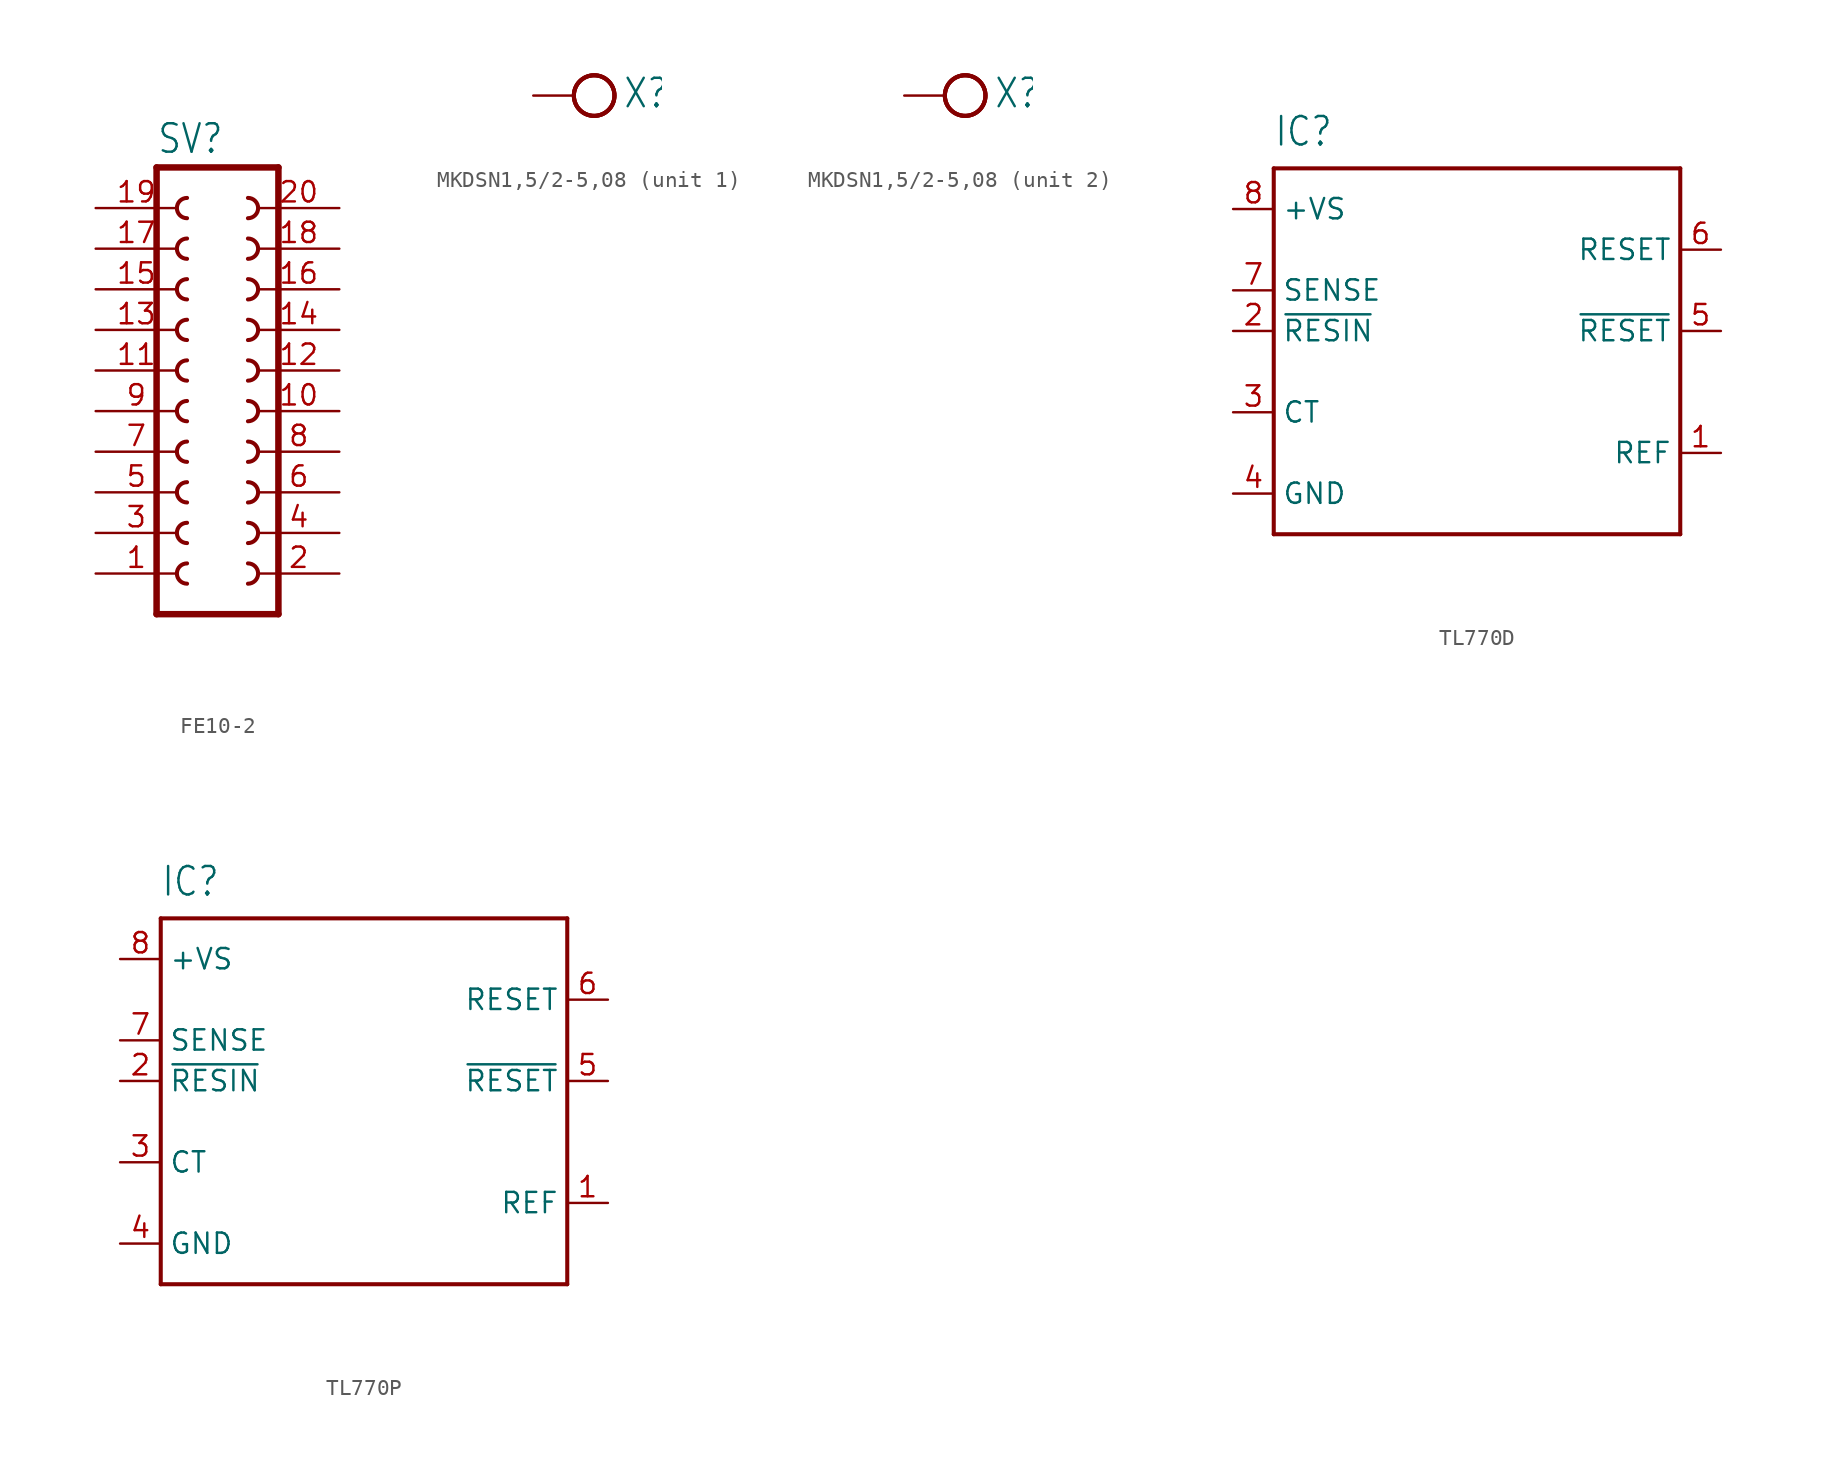
<source format=kicad_sym>
(kicad_symbol_lib
  (version 20231120)
  (generator "kicad_symbol_editor")
  (generator_version "8.0")
  (symbol "FE10-2"
    (property "Reference" "SV"
      (at -3.81 16.002 0)
      (effects (font (size 1.778 1.511)) (justify left bottom)))
    (property "Value" ""
      (at -3.81 -15.24 0)
      (effects (font (size 1.778 1.511)) (justify left bottom)))
    (property "ki_locked" ""
      (at 0 0 0)
      (effects (font (size 1.27 1.27))))
    (symbol "FE10-2_1_0"
      (arc (start -1.905 -9.525) (mid -2.54 -10.16) (end -1.905 -10.795) (stroke (width 0.254) (type solid)) (fill (type none)))
      (arc (start -1.905 -6.985) (mid -2.54 -7.62) (end -1.905 -8.255) (stroke (width 0.254) (type solid)) (fill (type none)))
      (arc (start -1.905 -4.445) (mid -2.54 -5.08) (end -1.905 -5.715) (stroke (width 0.254) (type solid)) (fill (type none)))
      (arc (start -1.905 -1.905) (mid -2.54 -2.54) (end -1.905 -3.175) (stroke (width 0.254) (type solid)) (fill (type none)))
      (arc (start -1.905 0.635) (mid -2.54 0) (end -1.905 -0.635) (stroke (width 0.254) (type solid)) (fill (type none)))
      (arc (start -1.905 3.175) (mid -2.54 2.54) (end -1.905 1.905) (stroke (width 0.254) (type solid)) (fill (type none)))
      (arc (start -1.905 5.715) (mid -2.54 5.08) (end -1.905 4.445) (stroke (width 0.254) (type solid)) (fill (type none)))
      (arc (start -1.905 8.255) (mid -2.54 7.62) (end -1.905 6.985) (stroke (width 0.254) (type solid)) (fill (type none)))
      (arc (start -1.905 10.795) (mid -2.54 10.16) (end -1.905 9.525) (stroke (width 0.254) (type solid)) (fill (type none)))
      (arc (start -1.905 13.335) (mid -2.54 12.7) (end -1.905 12.065) (stroke (width 0.254) (type solid)) (fill (type none)))
      (polyline (pts (xy -3.81 15.24) (xy -3.81 -12.7)) (stroke (width 0.406) (type solid)) (fill (type none)))
      (polyline (pts (xy -3.81 15.24) (xy 3.81 15.24)) (stroke (width 0.406) (type solid)) (fill (type none)))
      (polyline (pts (xy 3.81 -12.7) (xy -3.81 -12.7)) (stroke (width 0.406) (type solid)) (fill (type none)))
      (polyline (pts (xy 3.81 -12.7) (xy 3.81 15.24)) (stroke (width 0.406) (type solid)) (fill (type none)))
      (arc (start 1.905 -10.795) (mid 2.54 -10.16) (end 1.905 -9.525) (stroke (width 0.254) (type solid)) (fill (type none)))
      (arc (start 1.905 -8.255) (mid 2.54 -7.62) (end 1.905 -6.985) (stroke (width 0.254) (type solid)) (fill (type none)))
      (arc (start 1.905 -5.715) (mid 2.54 -5.08) (end 1.905 -4.445) (stroke (width 0.254) (type solid)) (fill (type none)))
      (arc (start 1.905 -3.175) (mid 2.54 -2.54) (end 1.905 -1.905) (stroke (width 0.254) (type solid)) (fill (type none)))
      (arc (start 1.905 -0.635) (mid 2.54 0) (end 1.905 0.635) (stroke (width 0.254) (type solid)) (fill (type none)))
      (arc (start 1.905 1.905) (mid 2.54 2.54) (end 1.905 3.175) (stroke (width 0.254) (type solid)) (fill (type none)))
      (arc (start 1.905 4.445) (mid 2.54 5.08) (end 1.905 5.715) (stroke (width 0.254) (type solid)) (fill (type none)))
      (arc (start 1.905 6.985) (mid 2.54 7.62) (end 1.905 8.255) (stroke (width 0.254) (type solid)) (fill (type none)))
      (arc (start 1.905 9.525) (mid 2.54 10.16) (end 1.905 10.795) (stroke (width 0.254) (type solid)) (fill (type none)))
      (arc (start 1.905 12.065) (mid 2.54 12.7) (end 1.905 13.335) (stroke (width 0.254) (type solid)) (fill (type none)))
      (pin passive line (at -7.62 -10.16 0) (length 5.08) (name "1" (effects (font (size 0 0)))) (number "1" (effects (font (size 1.27 1.27)))))
      (pin passive line (at 7.62 0 180) (length 5.08) (name "10" (effects (font (size 0 0)))) (number "10" (effects (font (size 1.27 1.27)))))
      (pin passive line (at -7.62 2.54 0) (length 5.08) (name "11" (effects (font (size 0 0)))) (number "11" (effects (font (size 1.27 1.27)))))
      (pin passive line (at 7.62 2.54 180) (length 5.08) (name "12" (effects (font (size 0 0)))) (number "12" (effects (font (size 1.27 1.27)))))
      (pin passive line (at -7.62 5.08 0) (length 5.08) (name "13" (effects (font (size 0 0)))) (number "13" (effects (font (size 1.27 1.27)))))
      (pin passive line (at 7.62 5.08 180) (length 5.08) (name "14" (effects (font (size 0 0)))) (number "14" (effects (font (size 1.27 1.27)))))
      (pin passive line (at -7.62 7.62 0) (length 5.08) (name "15" (effects (font (size 0 0)))) (number "15" (effects (font (size 1.27 1.27)))))
      (pin passive line (at 7.62 7.62 180) (length 5.08) (name "16" (effects (font (size 0 0)))) (number "16" (effects (font (size 1.27 1.27)))))
      (pin passive line (at -7.62 10.16 0) (length 5.08) (name "17" (effects (font (size 0 0)))) (number "17" (effects (font (size 1.27 1.27)))))
      (pin passive line (at 7.62 10.16 180) (length 5.08) (name "18" (effects (font (size 0 0)))) (number "18" (effects (font (size 1.27 1.27)))))
      (pin passive line (at -7.62 12.7 0) (length 5.08) (name "19" (effects (font (size 0 0)))) (number "19" (effects (font (size 1.27 1.27)))))
      (pin passive line (at 7.62 -10.16 180) (length 5.08) (name "2" (effects (font (size 0 0)))) (number "2" (effects (font (size 1.27 1.27)))))
      (pin passive line (at 7.62 12.7 180) (length 5.08) (name "20" (effects (font (size 0 0)))) (number "20" (effects (font (size 1.27 1.27)))))
      (pin passive line (at -7.62 -7.62 0) (length 5.08) (name "3" (effects (font (size 0 0)))) (number "3" (effects (font (size 1.27 1.27)))))
      (pin passive line (at 7.62 -7.62 180) (length 5.08) (name "4" (effects (font (size 0 0)))) (number "4" (effects (font (size 1.27 1.27)))))
      (pin passive line (at -7.62 -5.08 0) (length 5.08) (name "5" (effects (font (size 0 0)))) (number "5" (effects (font (size 1.27 1.27)))))
      (pin passive line (at 7.62 -5.08 180) (length 5.08) (name "6" (effects (font (size 0 0)))) (number "6" (effects (font (size 1.27 1.27)))))
      (pin passive line (at -7.62 -2.54 0) (length 5.08) (name "7" (effects (font (size 0 0)))) (number "7" (effects (font (size 1.27 1.27)))))
      (pin passive line (at 7.62 -2.54 180) (length 5.08) (name "8" (effects (font (size 0 0)))) (number "8" (effects (font (size 1.27 1.27)))))
      (pin passive line (at -7.62 0 0) (length 5.08) (name "9" (effects (font (size 0 0)))) (number "9" (effects (font (size 1.27 1.27)))))))
  (symbol "MKDSN1,5/2-5,08"
    (property "Reference" "X"
      (at 3.048 -0.889 0)
      (effects (font (size 1.778 1.511)) (justify left bottom)))
    (property "Value" ""
      (at -2.54 -3.683 0)
      (effects (font (size 1.778 1.511)) (justify left bottom)))
    (property "ki_locked" ""
      (at 0 0 0)
      (effects (font (size 1.27 1.27))))
    (symbol "MKDSN1,5/2-5,08_1_0"
      (circle (center 1.27 0) (radius 1.27) (stroke (width 0.254) (type solid)) (fill (type none)))
      (circle (center 1.27 0) (radius 1.27) (stroke (width 0.254) (type solid)) (fill (type none)))
      (circle (center 1.27 0) (radius 1.27) (stroke (width 0.254) (type solid)) (fill (type none)))
      (pin passive line (at -2.54 0 0) (length 2.54) (name "KL" (effects (font (size 0 0)))) (number "1" (effects (font (size 0 0))))))
    (symbol "MKDSN1,5/2-5,08_2_0"
      (circle (center 1.27 0) (radius 1.27) (stroke (width 0.254) (type solid)) (fill (type none)))
      (circle (center 1.27 0) (radius 1.27) (stroke (width 0.254) (type solid)) (fill (type none)))
      (circle (center 1.27 0) (radius 1.27) (stroke (width 0.254) (type solid)) (fill (type none)))
      (pin passive line (at -2.54 0 0) (length 2.54) (name "KL" (effects (font (size 0 0)))) (number "2" (effects (font (size 0 0)))))))
  (symbol "TL770D"
    (property "Reference" "IC"
      (at -12.7 11.43 0)
      (effects (font (size 1.778 1.511)) (justify left bottom)))
    (property "Value" ""
      (at -12.7 -15.24 0)
      (effects (font (size 1.778 1.511)) (justify left bottom)))
    (property "ki_locked" ""
      (at 0 0 0)
      (effects (font (size 1.27 1.27))))
    (symbol "TL770D_1_0"
      (polyline (pts (xy -12.7 -12.7) (xy -12.7 10.16)) (stroke (width 0.254) (type solid)) (fill (type none)))
      (polyline (pts (xy -12.7 10.16) (xy 12.7 10.16)) (stroke (width 0.254) (type solid)) (fill (type none)))
      (polyline (pts (xy 12.7 -12.7) (xy -12.7 -12.7)) (stroke (width 0.254) (type solid)) (fill (type none)))
      (polyline (pts (xy 12.7 10.16) (xy 12.7 -12.7)) (stroke (width 0.254) (type solid)) (fill (type none)))
      (pin input line (at 15.24 -7.62 180) (length 2.54) (name "REF" (effects (font (size 1.27 1.27)))) (number "1" (effects (font (size 1.27 1.27)))))
      (pin input line (at -15.24 0 0) (length 2.54) (name "~{RESIN}" (effects (font (size 1.27 1.27)))) (number "2" (effects (font (size 1.27 1.27)))))
      (pin input line (at -15.24 -5.08 0) (length 2.54) (name "CT" (effects (font (size 1.27 1.27)))) (number "3" (effects (font (size 1.27 1.27)))))
      (pin power_in line (at -15.24 -10.16 0) (length 2.54) (name "GND" (effects (font (size 1.27 1.27)))) (number "4" (effects (font (size 1.27 1.27)))))
      (pin open_collector line (at 15.24 0 180) (length 2.54) (name "~{RESET}" (effects (font (size 1.27 1.27)))) (number "5" (effects (font (size 1.27 1.27)))))
      (pin open_collector line (at 15.24 5.08 180) (length 2.54) (name "RESET" (effects (font (size 1.27 1.27)))) (number "6" (effects (font (size 1.27 1.27)))))
      (pin input line (at -15.24 2.54 0) (length 2.54) (name "SENSE" (effects (font (size 1.27 1.27)))) (number "7" (effects (font (size 1.27 1.27)))))
      (pin input line (at -15.24 7.62 0) (length 2.54) (name "+VS" (effects (font (size 1.27 1.27)))) (number "8" (effects (font (size 1.27 1.27)))))))
  (symbol "TL770P"
    (property "Reference" "IC"
      (at -12.7 11.43 0)
      (effects (font (size 1.778 1.511)) (justify left bottom)))
    (property "Value" ""
      (at -12.7 -15.24 0)
      (effects (font (size 1.778 1.511)) (justify left bottom)))
    (property "ki_locked" ""
      (at 0 0 0)
      (effects (font (size 1.27 1.27))))
    (symbol "TL770P_1_0"
      (polyline (pts (xy -12.7 -12.7) (xy -12.7 10.16)) (stroke (width 0.254) (type solid)) (fill (type none)))
      (polyline (pts (xy -12.7 10.16) (xy 12.7 10.16)) (stroke (width 0.254) (type solid)) (fill (type none)))
      (polyline (pts (xy 12.7 -12.7) (xy -12.7 -12.7)) (stroke (width 0.254) (type solid)) (fill (type none)))
      (polyline (pts (xy 12.7 10.16) (xy 12.7 -12.7)) (stroke (width 0.254) (type solid)) (fill (type none)))
      (pin input line (at 15.24 -7.62 180) (length 2.54) (name "REF" (effects (font (size 1.27 1.27)))) (number "1" (effects (font (size 1.27 1.27)))))
      (pin input line (at -15.24 0 0) (length 2.54) (name "~{RESIN}" (effects (font (size 1.27 1.27)))) (number "2" (effects (font (size 1.27 1.27)))))
      (pin input line (at -15.24 -5.08 0) (length 2.54) (name "CT" (effects (font (size 1.27 1.27)))) (number "3" (effects (font (size 1.27 1.27)))))
      (pin power_in line (at -15.24 -10.16 0) (length 2.54) (name "GND" (effects (font (size 1.27 1.27)))) (number "4" (effects (font (size 1.27 1.27)))))
      (pin open_collector line (at 15.24 0 180) (length 2.54) (name "~{RESET}" (effects (font (size 1.27 1.27)))) (number "5" (effects (font (size 1.27 1.27)))))
      (pin open_collector line (at 15.24 5.08 180) (length 2.54) (name "RESET" (effects (font (size 1.27 1.27)))) (number "6" (effects (font (size 1.27 1.27)))))
      (pin input line (at -15.24 2.54 0) (length 2.54) (name "SENSE" (effects (font (size 1.27 1.27)))) (number "7" (effects (font (size 1.27 1.27)))))
      (pin input line (at -15.24 7.62 0) (length 2.54) (name "+VS" (effects (font (size 1.27 1.27)))) (number "8" (effects (font (size 1.27 1.27))))))))
</source>
